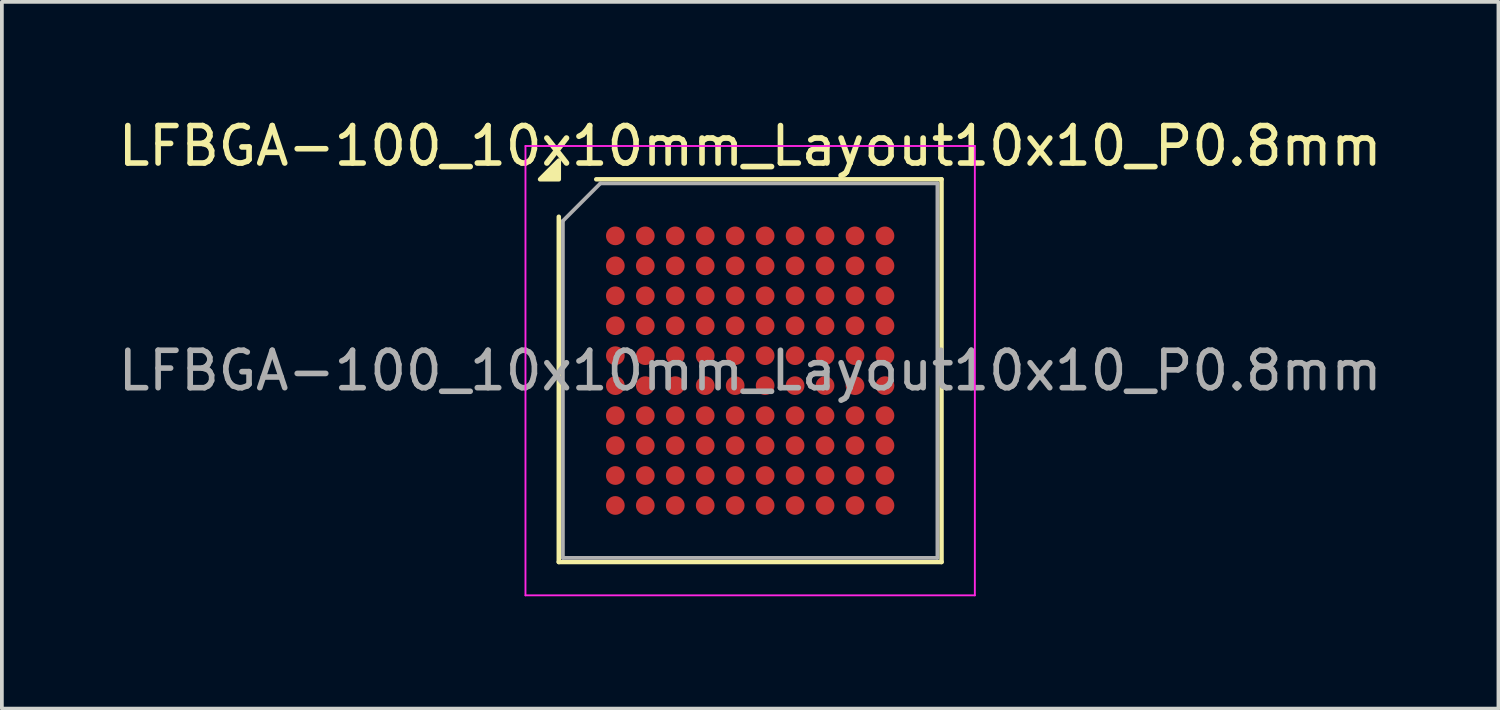
<source format=kicad_pcb>
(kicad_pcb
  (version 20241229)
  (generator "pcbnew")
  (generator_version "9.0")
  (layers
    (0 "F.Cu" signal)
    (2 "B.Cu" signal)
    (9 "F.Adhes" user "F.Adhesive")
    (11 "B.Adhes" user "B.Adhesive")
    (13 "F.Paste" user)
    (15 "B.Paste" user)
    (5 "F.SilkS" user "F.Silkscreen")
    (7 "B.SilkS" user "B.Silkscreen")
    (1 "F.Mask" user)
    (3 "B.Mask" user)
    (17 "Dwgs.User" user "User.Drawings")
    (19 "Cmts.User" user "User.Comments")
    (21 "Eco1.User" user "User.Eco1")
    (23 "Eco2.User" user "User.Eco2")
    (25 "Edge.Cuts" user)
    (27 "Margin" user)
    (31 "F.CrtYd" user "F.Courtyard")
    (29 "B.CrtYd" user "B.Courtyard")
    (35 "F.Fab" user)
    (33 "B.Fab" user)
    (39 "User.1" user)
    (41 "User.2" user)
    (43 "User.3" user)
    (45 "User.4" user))
  (footprint "LFBGA-100_10x10mm_Layout10x10_P0.8mm"
    (layer "F.Cu")
    (at 16.982 6.848)
    (property "Reference" "LFBGA-100_10x10mm_Layout10x10_P0.8mm" (at 0 -6 0) (layer "F.SilkS") (effects (font (size 1 1) (thickness 0.15))))
    (attr smd)
    (fp_line (start -5.11 5.11) (end -5.11 -4.11) (stroke (width 0.12) (type solid)) (layer "F.SilkS"))
    (fp_line (start -4.11 -5.11) (end 5.11 -5.11) (stroke (width 0.12) (type solid)) (layer "F.SilkS"))
    (fp_line (start 5.11 -5.11) (end 5.11 5.11) (stroke (width 0.12) (type solid)) (layer "F.SilkS"))
    (fp_line (start 5.11 5.11) (end -5.11 5.11) (stroke (width 0.12) (type solid)) (layer "F.SilkS"))
    (fp_poly (pts (xy -5.11 -5.11) (xy -5.61 -5.11) (xy -5.11 -5.61) (xy -5.11 -5.11)) (stroke (width 0.12) (type solid)) (fill yes) (layer "F.SilkS"))
    (fp_line (start -6 -6) (end -6 6) (stroke (width 0.05) (type solid)) (layer "F.CrtYd"))
    (fp_line (start -6 6) (end 6 6) (stroke (width 0.05) (type solid)) (layer "F.CrtYd"))
    (fp_line (start 6 -6) (end -6 -6) (stroke (width 0.05) (type solid)) (layer "F.CrtYd"))
    (fp_line (start 6 6) (end 6 -6) (stroke (width 0.05) (type solid)) (layer "F.CrtYd"))
    (fp_line (start -5 -4) (end -4 -5) (stroke (width 0.1) (type solid)) (layer "F.Fab"))
    (fp_line (start -5 5) (end -5 -4) (stroke (width 0.1) (type solid)) (layer "F.Fab"))
    (fp_line (start -4 -5) (end 5 -5) (stroke (width 0.1) (type solid)) (layer "F.Fab"))
    (fp_line (start 5 -5) (end 5 5) (stroke (width 0.1) (type solid)) (layer "F.Fab"))
    (fp_line (start 5 5) (end -5 5) (stroke (width 0.1) (type solid)) (layer "F.Fab"))
    (fp_text user "${REFERENCE}" (at 0 0 0) (layer "F.Fab") (effects (font (size 1 1) (thickness 0.15))))
    (pad "A1" smd circle (at -3.6 -3.6) (size 0.5 0.5) (property pad_prop_bga) (layers "F.Cu" "F.Mask" "F.Paste"))
    (pad "A2" smd circle (at -2.8 -3.6) (size 0.5 0.5) (property pad_prop_bga) (layers "F.Cu" "F.Mask" "F.Paste"))
    (pad "A3" smd circle (at -2 -3.6) (size 0.5 0.5) (property pad_prop_bga) (layers "F.Cu" "F.Mask" "F.Paste"))
    (pad "A4" smd circle (at -1.2 -3.6) (size 0.5 0.5) (property pad_prop_bga) (layers "F.Cu" "F.Mask" "F.Paste"))
    (pad "A5" smd circle (at -0.4 -3.6) (size 0.5 0.5) (property pad_prop_bga) (layers "F.Cu" "F.Mask" "F.Paste"))
    (pad "A6" smd circle (at 0.4 -3.6) (size 0.5 0.5) (property pad_prop_bga) (layers "F.Cu" "F.Mask" "F.Paste"))
    (pad "A7" smd circle (at 1.2 -3.6) (size 0.5 0.5) (property pad_prop_bga) (layers "F.Cu" "F.Mask" "F.Paste"))
    (pad "A8" smd circle (at 2 -3.6) (size 0.5 0.5) (property pad_prop_bga) (layers "F.Cu" "F.Mask" "F.Paste"))
    (pad "A9" smd circle (at 2.8 -3.6) (size 0.5 0.5) (property pad_prop_bga) (layers "F.Cu" "F.Mask" "F.Paste"))
    (pad "A10" smd circle (at 3.6 -3.6) (size 0.5 0.5) (property pad_prop_bga) (layers "F.Cu" "F.Mask" "F.Paste"))
    (pad "B1" smd circle (at -3.6 -2.8) (size 0.5 0.5) (property pad_prop_bga) (layers "F.Cu" "F.Mask" "F.Paste"))
    (pad "B2" smd circle (at -2.8 -2.8) (size 0.5 0.5) (property pad_prop_bga) (layers "F.Cu" "F.Mask" "F.Paste"))
    (pad "B3" smd circle (at -2 -2.8) (size 0.5 0.5) (property pad_prop_bga) (layers "F.Cu" "F.Mask" "F.Paste"))
    (pad "B4" smd circle (at -1.2 -2.8) (size 0.5 0.5) (property pad_prop_bga) (layers "F.Cu" "F.Mask" "F.Paste"))
    (pad "B5" smd circle (at -0.4 -2.8) (size 0.5 0.5) (property pad_prop_bga) (layers "F.Cu" "F.Mask" "F.Paste"))
    (pad "B6" smd circle (at 0.4 -2.8) (size 0.5 0.5) (property pad_prop_bga) (layers "F.Cu" "F.Mask" "F.Paste"))
    (pad "B7" smd circle (at 1.2 -2.8) (size 0.5 0.5) (property pad_prop_bga) (layers "F.Cu" "F.Mask" "F.Paste"))
    (pad "B8" smd circle (at 2 -2.8) (size 0.5 0.5) (property pad_prop_bga) (layers "F.Cu" "F.Mask" "F.Paste"))
    (pad "B9" smd circle (at 2.8 -2.8) (size 0.5 0.5) (property pad_prop_bga) (layers "F.Cu" "F.Mask" "F.Paste"))
    (pad "B10" smd circle (at 3.6 -2.8) (size 0.5 0.5) (property pad_prop_bga) (layers "F.Cu" "F.Mask" "F.Paste"))
    (pad "C1" smd circle (at -3.6 -2) (size 0.5 0.5) (property pad_prop_bga) (layers "F.Cu" "F.Mask" "F.Paste"))
    (pad "C2" smd circle (at -2.8 -2) (size 0.5 0.5) (property pad_prop_bga) (layers "F.Cu" "F.Mask" "F.Paste"))
    (pad "C3" smd circle (at -2 -2) (size 0.5 0.5) (property pad_prop_bga) (layers "F.Cu" "F.Mask" "F.Paste"))
    (pad "C4" smd circle (at -1.2 -2) (size 0.5 0.5) (property pad_prop_bga) (layers "F.Cu" "F.Mask" "F.Paste"))
    (pad "C5" smd circle (at -0.4 -2) (size 0.5 0.5) (property pad_prop_bga) (layers "F.Cu" "F.Mask" "F.Paste"))
    (pad "C6" smd circle (at 0.4 -2) (size 0.5 0.5) (property pad_prop_bga) (layers "F.Cu" "F.Mask" "F.Paste"))
    (pad "C7" smd circle (at 1.2 -2) (size 0.5 0.5) (property pad_prop_bga) (layers "F.Cu" "F.Mask" "F.Paste"))
    (pad "C8" smd circle (at 2 -2) (size 0.5 0.5) (property pad_prop_bga) (layers "F.Cu" "F.Mask" "F.Paste"))
    (pad "C9" smd circle (at 2.8 -2) (size 0.5 0.5) (property pad_prop_bga) (layers "F.Cu" "F.Mask" "F.Paste"))
    (pad "C10" smd circle (at 3.6 -2) (size 0.5 0.5) (property pad_prop_bga) (layers "F.Cu" "F.Mask" "F.Paste"))
    (pad "D1" smd circle (at -3.6 -1.2) (size 0.5 0.5) (property pad_prop_bga) (layers "F.Cu" "F.Mask" "F.Paste"))
    (pad "D2" smd circle (at -2.8 -1.2) (size 0.5 0.5) (property pad_prop_bga) (layers "F.Cu" "F.Mask" "F.Paste"))
    (pad "D3" smd circle (at -2 -1.2) (size 0.5 0.5) (property pad_prop_bga) (layers "F.Cu" "F.Mask" "F.Paste"))
    (pad "D4" smd circle (at -1.2 -1.2) (size 0.5 0.5) (property pad_prop_bga) (layers "F.Cu" "F.Mask" "F.Paste"))
    (pad "D5" smd circle (at -0.4 -1.2) (size 0.5 0.5) (property pad_prop_bga) (layers "F.Cu" "F.Mask" "F.Paste"))
    (pad "D6" smd circle (at 0.4 -1.2) (size 0.5 0.5) (property pad_prop_bga) (layers "F.Cu" "F.Mask" "F.Paste"))
    (pad "D7" smd circle (at 1.2 -1.2) (size 0.5 0.5) (property pad_prop_bga) (layers "F.Cu" "F.Mask" "F.Paste"))
    (pad "D8" smd circle (at 2 -1.2) (size 0.5 0.5) (property pad_prop_bga) (layers "F.Cu" "F.Mask" "F.Paste"))
    (pad "D9" smd circle (at 2.8 -1.2) (size 0.5 0.5) (property pad_prop_bga) (layers "F.Cu" "F.Mask" "F.Paste"))
    (pad "D10" smd circle (at 3.6 -1.2) (size 0.5 0.5) (property pad_prop_bga) (layers "F.Cu" "F.Mask" "F.Paste"))
    (pad "E1" smd circle (at -3.6 -0.4) (size 0.5 0.5) (property pad_prop_bga) (layers "F.Cu" "F.Mask" "F.Paste"))
    (pad "E2" smd circle (at -2.8 -0.4) (size 0.5 0.5) (property pad_prop_bga) (layers "F.Cu" "F.Mask" "F.Paste"))
    (pad "E3" smd circle (at -2 -0.4) (size 0.5 0.5) (property pad_prop_bga) (layers "F.Cu" "F.Mask" "F.Paste"))
    (pad "E4" smd circle (at -1.2 -0.4) (size 0.5 0.5) (property pad_prop_bga) (layers "F.Cu" "F.Mask" "F.Paste"))
    (pad "E5" smd circle (at -0.4 -0.4) (size 0.5 0.5) (property pad_prop_bga) (layers "F.Cu" "F.Mask" "F.Paste"))
    (pad "E6" smd circle (at 0.4 -0.4) (size 0.5 0.5) (property pad_prop_bga) (layers "F.Cu" "F.Mask" "F.Paste"))
    (pad "E7" smd circle (at 1.2 -0.4) (size 0.5 0.5) (property pad_prop_bga) (layers "F.Cu" "F.Mask" "F.Paste"))
    (pad "E8" smd circle (at 2 -0.4) (size 0.5 0.5) (property pad_prop_bga) (layers "F.Cu" "F.Mask" "F.Paste"))
    (pad "E9" smd circle (at 2.8 -0.4) (size 0.5 0.5) (property pad_prop_bga) (layers "F.Cu" "F.Mask" "F.Paste"))
    (pad "E10" smd circle (at 3.6 -0.4) (size 0.5 0.5) (property pad_prop_bga) (layers "F.Cu" "F.Mask" "F.Paste"))
    (pad "F1" smd circle (at -3.6 0.4) (size 0.5 0.5) (property pad_prop_bga) (layers "F.Cu" "F.Mask" "F.Paste"))
    (pad "F2" smd circle (at -2.8 0.4) (size 0.5 0.5) (property pad_prop_bga) (layers "F.Cu" "F.Mask" "F.Paste"))
    (pad "F3" smd circle (at -2 0.4) (size 0.5 0.5) (property pad_prop_bga) (layers "F.Cu" "F.Mask" "F.Paste"))
    (pad "F4" smd circle (at -1.2 0.4) (size 0.5 0.5) (property pad_prop_bga) (layers "F.Cu" "F.Mask" "F.Paste"))
    (pad "F5" smd circle (at -0.4 0.4) (size 0.5 0.5) (property pad_prop_bga) (layers "F.Cu" "F.Mask" "F.Paste"))
    (pad "F6" smd circle (at 0.4 0.4) (size 0.5 0.5) (property pad_prop_bga) (layers "F.Cu" "F.Mask" "F.Paste"))
    (pad "F7" smd circle (at 1.2 0.4) (size 0.5 0.5) (property pad_prop_bga) (layers "F.Cu" "F.Mask" "F.Paste"))
    (pad "F8" smd circle (at 2 0.4) (size 0.5 0.5) (property pad_prop_bga) (layers "F.Cu" "F.Mask" "F.Paste"))
    (pad "F9" smd circle (at 2.8 0.4) (size 0.5 0.5) (property pad_prop_bga) (layers "F.Cu" "F.Mask" "F.Paste"))
    (pad "F10" smd circle (at 3.6 0.4) (size 0.5 0.5) (property pad_prop_bga) (layers "F.Cu" "F.Mask" "F.Paste"))
    (pad "G1" smd circle (at -3.6 1.2) (size 0.5 0.5) (property pad_prop_bga) (layers "F.Cu" "F.Mask" "F.Paste"))
    (pad "G2" smd circle (at -2.8 1.2) (size 0.5 0.5) (property pad_prop_bga) (layers "F.Cu" "F.Mask" "F.Paste"))
    (pad "G3" smd circle (at -2 1.2) (size 0.5 0.5) (property pad_prop_bga) (layers "F.Cu" "F.Mask" "F.Paste"))
    (pad "G4" smd circle (at -1.2 1.2) (size 0.5 0.5) (property pad_prop_bga) (layers "F.Cu" "F.Mask" "F.Paste"))
    (pad "G5" smd circle (at -0.4 1.2) (size 0.5 0.5) (property pad_prop_bga) (layers "F.Cu" "F.Mask" "F.Paste"))
    (pad "G6" smd circle (at 0.4 1.2) (size 0.5 0.5) (property pad_prop_bga) (layers "F.Cu" "F.Mask" "F.Paste"))
    (pad "G7" smd circle (at 1.2 1.2) (size 0.5 0.5) (property pad_prop_bga) (layers "F.Cu" "F.Mask" "F.Paste"))
    (pad "G8" smd circle (at 2 1.2) (size 0.5 0.5) (property pad_prop_bga) (layers "F.Cu" "F.Mask" "F.Paste"))
    (pad "G9" smd circle (at 2.8 1.2) (size 0.5 0.5) (property pad_prop_bga) (layers "F.Cu" "F.Mask" "F.Paste"))
    (pad "G10" smd circle (at 3.6 1.2) (size 0.5 0.5) (property pad_prop_bga) (layers "F.Cu" "F.Mask" "F.Paste"))
    (pad "H1" smd circle (at -3.6 2) (size 0.5 0.5) (property pad_prop_bga) (layers "F.Cu" "F.Mask" "F.Paste"))
    (pad "H2" smd circle (at -2.8 2) (size 0.5 0.5) (property pad_prop_bga) (layers "F.Cu" "F.Mask" "F.Paste"))
    (pad "H3" smd circle (at -2 2) (size 0.5 0.5) (property pad_prop_bga) (layers "F.Cu" "F.Mask" "F.Paste"))
    (pad "H4" smd circle (at -1.2 2) (size 0.5 0.5) (property pad_prop_bga) (layers "F.Cu" "F.Mask" "F.Paste"))
    (pad "H5" smd circle (at -0.4 2) (size 0.5 0.5) (property pad_prop_bga) (layers "F.Cu" "F.Mask" "F.Paste"))
    (pad "H6" smd circle (at 0.4 2) (size 0.5 0.5) (property pad_prop_bga) (layers "F.Cu" "F.Mask" "F.Paste"))
    (pad "H7" smd circle (at 1.2 2) (size 0.5 0.5) (property pad_prop_bga) (layers "F.Cu" "F.Mask" "F.Paste"))
    (pad "H8" smd circle (at 2 2) (size 0.5 0.5) (property pad_prop_bga) (layers "F.Cu" "F.Mask" "F.Paste"))
    (pad "H9" smd circle (at 2.8 2) (size 0.5 0.5) (property pad_prop_bga) (layers "F.Cu" "F.Mask" "F.Paste"))
    (pad "H10" smd circle (at 3.6 2) (size 0.5 0.5) (property pad_prop_bga) (layers "F.Cu" "F.Mask" "F.Paste"))
    (pad "J1" smd circle (at -3.6 2.8) (size 0.5 0.5) (property pad_prop_bga) (layers "F.Cu" "F.Mask" "F.Paste"))
    (pad "J2" smd circle (at -2.8 2.8) (size 0.5 0.5) (property pad_prop_bga) (layers "F.Cu" "F.Mask" "F.Paste"))
    (pad "J3" smd circle (at -2 2.8) (size 0.5 0.5) (property pad_prop_bga) (layers "F.Cu" "F.Mask" "F.Paste"))
    (pad "J4" smd circle (at -1.2 2.8) (size 0.5 0.5) (property pad_prop_bga) (layers "F.Cu" "F.Mask" "F.Paste"))
    (pad "J5" smd circle (at -0.4 2.8) (size 0.5 0.5) (property pad_prop_bga) (layers "F.Cu" "F.Mask" "F.Paste"))
    (pad "J6" smd circle (at 0.4 2.8) (size 0.5 0.5) (property pad_prop_bga) (layers "F.Cu" "F.Mask" "F.Paste"))
    (pad "J7" smd circle (at 1.2 2.8) (size 0.5 0.5) (property pad_prop_bga) (layers "F.Cu" "F.Mask" "F.Paste"))
    (pad "J8" smd circle (at 2 2.8) (size 0.5 0.5) (property pad_prop_bga) (layers "F.Cu" "F.Mask" "F.Paste"))
    (pad "J9" smd circle (at 2.8 2.8) (size 0.5 0.5) (property pad_prop_bga) (layers "F.Cu" "F.Mask" "F.Paste"))
    (pad "J10" smd circle (at 3.6 2.8) (size 0.5 0.5) (property pad_prop_bga) (layers "F.Cu" "F.Mask" "F.Paste"))
    (pad "K1" smd circle (at -3.6 3.6) (size 0.5 0.5) (property pad_prop_bga) (layers "F.Cu" "F.Mask" "F.Paste"))
    (pad "K2" smd circle (at -2.8 3.6) (size 0.5 0.5) (property pad_prop_bga) (layers "F.Cu" "F.Mask" "F.Paste"))
    (pad "K3" smd circle (at -2 3.6) (size 0.5 0.5) (property pad_prop_bga) (layers "F.Cu" "F.Mask" "F.Paste"))
    (pad "K4" smd circle (at -1.2 3.6) (size 0.5 0.5) (property pad_prop_bga) (layers "F.Cu" "F.Mask" "F.Paste"))
    (pad "K5" smd circle (at -0.4 3.6) (size 0.5 0.5) (property pad_prop_bga) (layers "F.Cu" "F.Mask" "F.Paste"))
    (pad "K6" smd circle (at 0.4 3.6) (size 0.5 0.5) (property pad_prop_bga) (layers "F.Cu" "F.Mask" "F.Paste"))
    (pad "K7" smd circle (at 1.2 3.6) (size 0.5 0.5) (property pad_prop_bga) (layers "F.Cu" "F.Mask" "F.Paste"))
    (pad "K8" smd circle (at 2 3.6) (size 0.5 0.5) (property pad_prop_bga) (layers "F.Cu" "F.Mask" "F.Paste"))
    (pad "K9" smd circle (at 2.8 3.6) (size 0.5 0.5) (property pad_prop_bga) (layers "F.Cu" "F.Mask" "F.Paste"))
    (pad "K10" smd circle (at 3.6 3.6) (size 0.5 0.5) (property pad_prop_bga) (layers "F.Cu" "F.Mask" "F.Paste")))
  (gr_rect
    (start -3 -3)
    (end 36.964 15.873)
    (stroke (width 0.1) (type default))
    (fill no)
    (layer "Edge.Cuts")))
</source>
